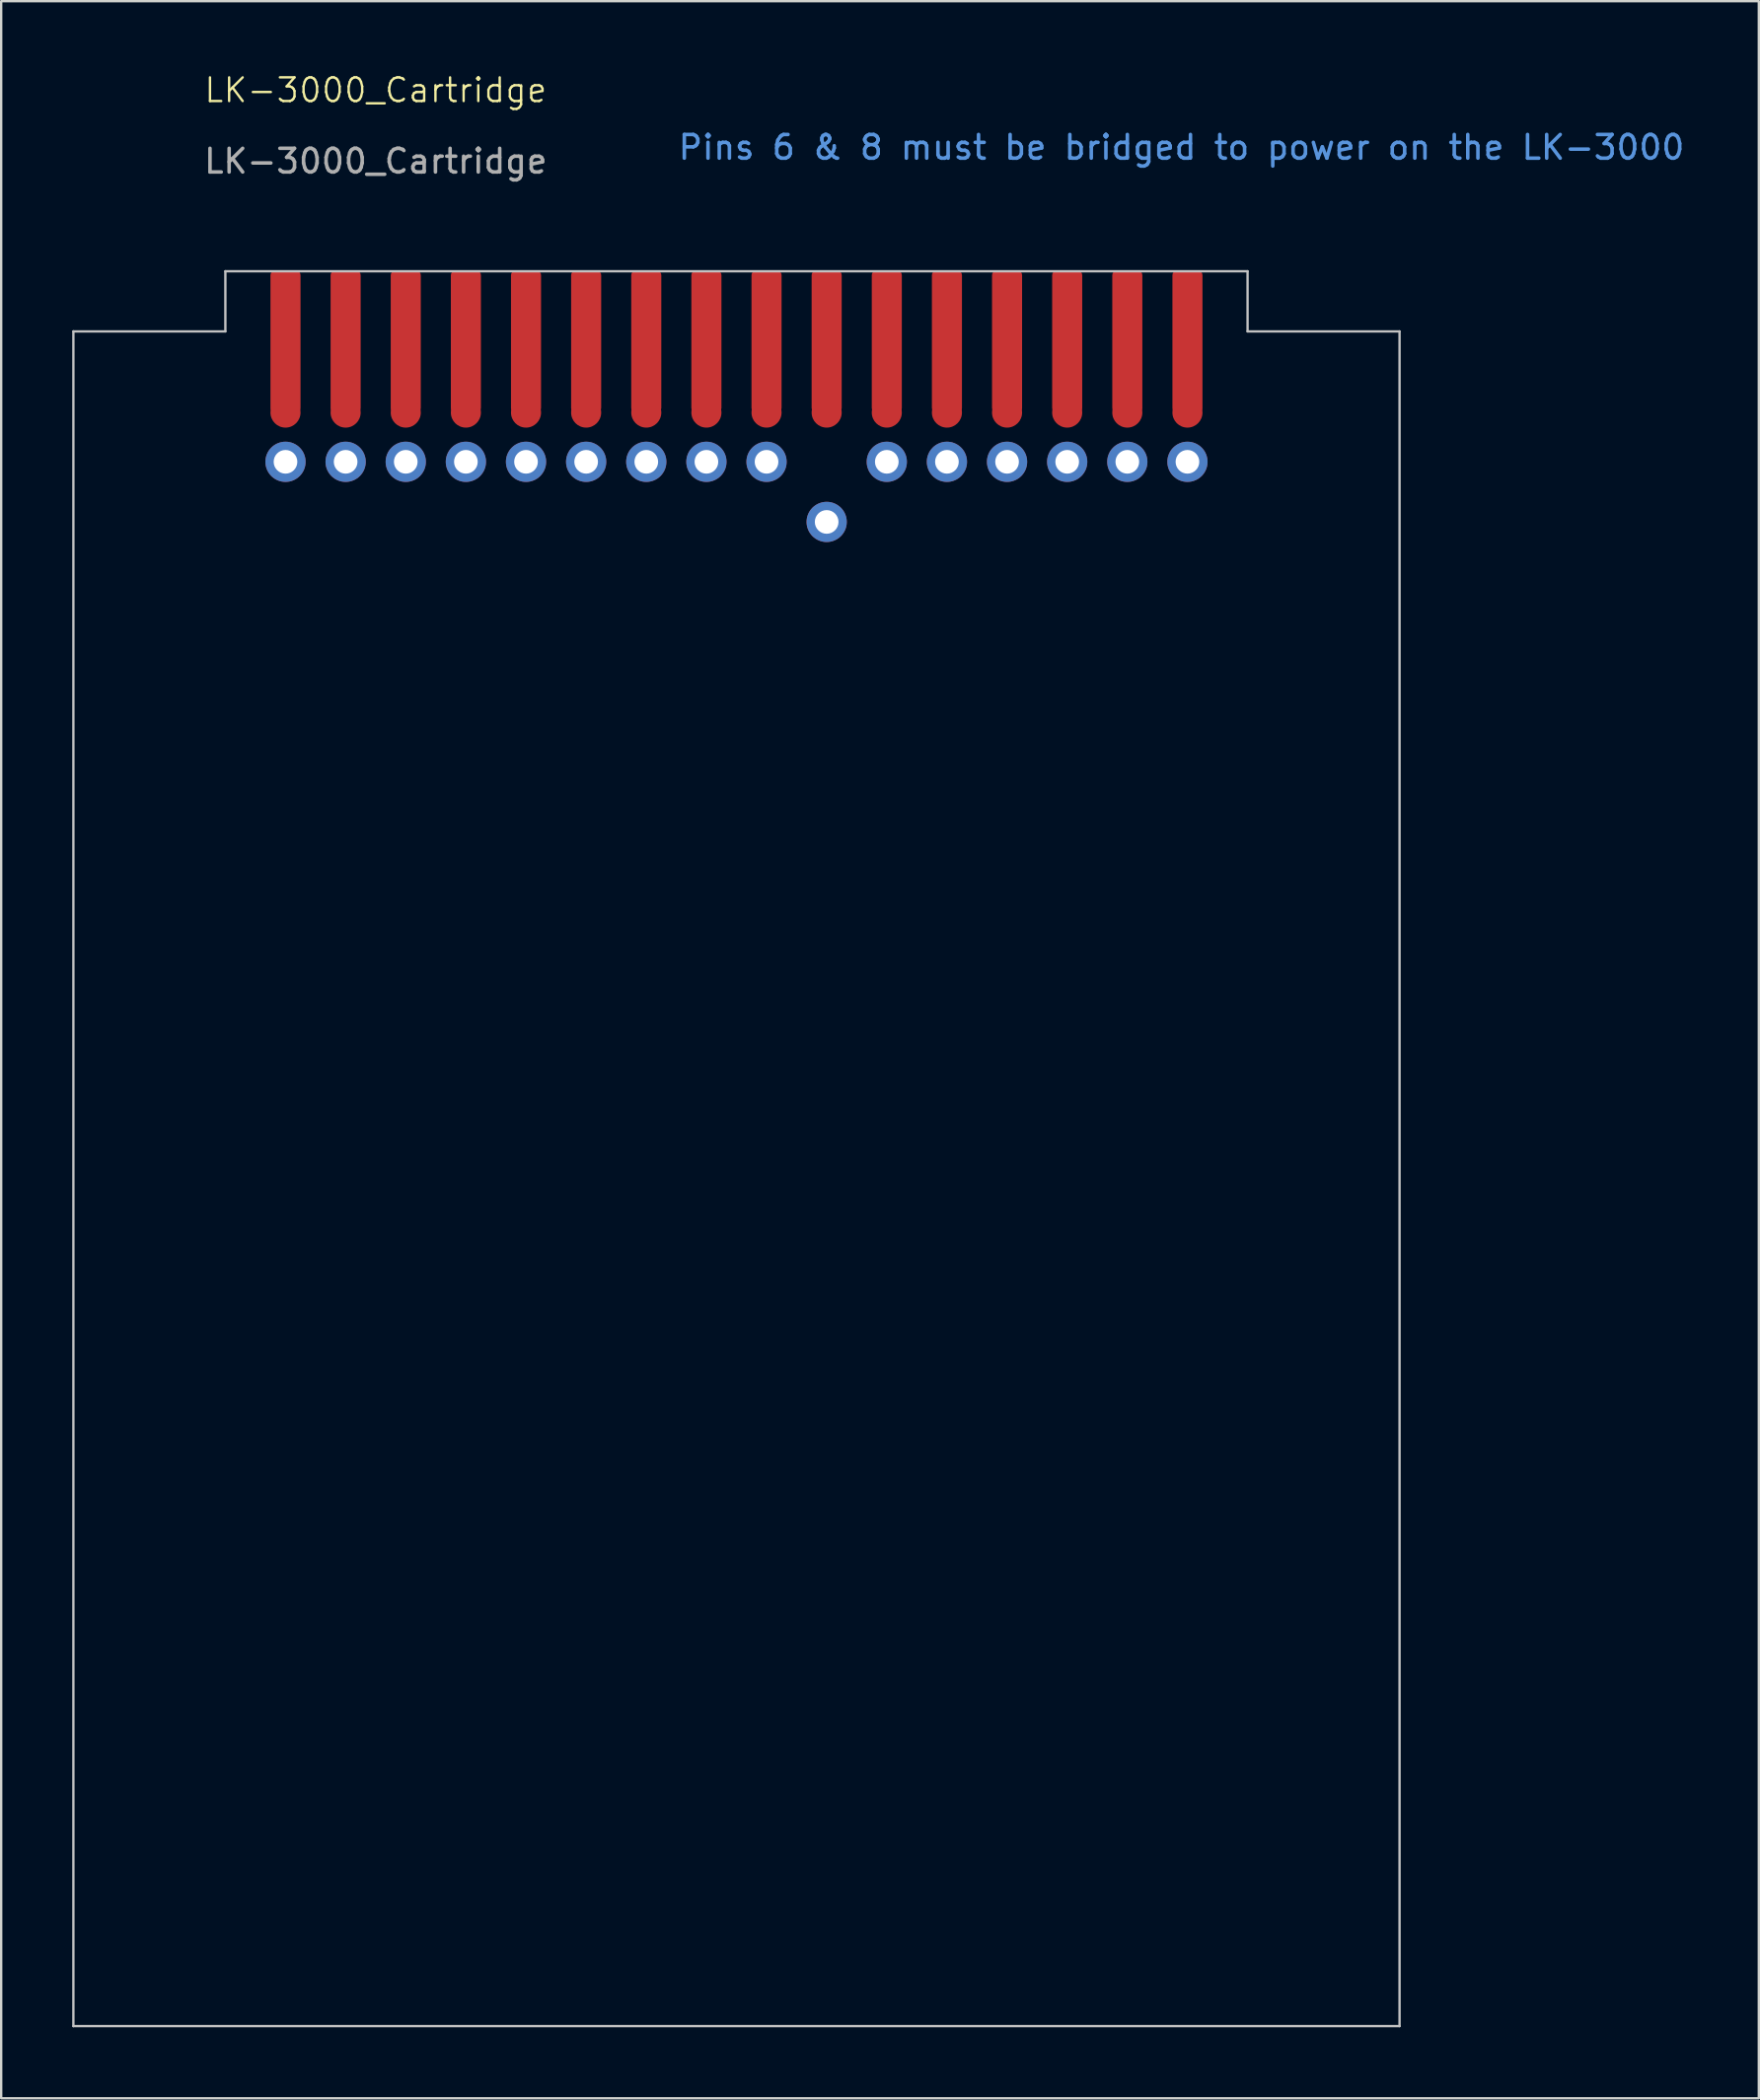
<source format=kicad_pcb>
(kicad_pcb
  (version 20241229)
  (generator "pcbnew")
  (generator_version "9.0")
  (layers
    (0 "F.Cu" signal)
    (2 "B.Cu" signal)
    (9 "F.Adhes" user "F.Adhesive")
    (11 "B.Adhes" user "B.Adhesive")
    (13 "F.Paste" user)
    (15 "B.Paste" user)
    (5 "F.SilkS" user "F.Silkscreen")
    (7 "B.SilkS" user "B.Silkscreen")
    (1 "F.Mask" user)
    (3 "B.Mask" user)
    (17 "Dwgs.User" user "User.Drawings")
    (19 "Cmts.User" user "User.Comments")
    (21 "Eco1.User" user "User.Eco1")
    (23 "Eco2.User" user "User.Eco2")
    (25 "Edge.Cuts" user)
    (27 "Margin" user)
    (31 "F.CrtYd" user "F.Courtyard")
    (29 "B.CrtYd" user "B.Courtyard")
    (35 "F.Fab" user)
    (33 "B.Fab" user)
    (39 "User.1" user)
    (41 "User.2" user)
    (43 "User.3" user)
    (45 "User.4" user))
  (footprint "LK-3000_Cartridge"
    (layer "F.Cu")
    (at 25.52 8.841)
    (property "Reference" "LK-3000_Cartridge" (at -12.7 -8.08 0) (unlocked yes) (layer "F.SilkS") (effects (font (size 1 1) (thickness 0.1))))
    (attr through_hole)
    (fp_line (start -25.47 2.11) (end -25.47 73.71) (stroke (width 0.1) (type solid)) (layer "Dwgs.User"))
    (fp_line (start -25.47 73.71) (end 30.55 73.71) (stroke (width 0.1) (type default)) (layer "Dwgs.User"))
    (fp_line (start -19.05 -0.43) (end -19.05 2.11) (stroke (width 0.1) (type solid)) (layer "Dwgs.User"))
    (fp_line (start -19.05 -0.43) (end 24.13 -0.43) (stroke (width 0.1) (type solid)) (layer "Dwgs.User"))
    (fp_line (start -19.05 2.11) (end -25.47 2.11) (stroke (width 0.1) (type solid)) (layer "Dwgs.User"))
    (fp_line (start 24.13 -0.43) (end 24.13 2.11) (stroke (width 0.1) (type solid)) (layer "Dwgs.User"))
    (fp_line (start 24.13 2.11) (end 30.55 2.11) (stroke (width 0.1) (type solid)) (layer "Dwgs.User"))
    (fp_line (start 30.55 2.11) (end 30.55 73.71) (stroke (width 0.1) (type solid)) (layer "Dwgs.User"))
    (fp_text user "Pins 6 & 8 must be bridged to power on the LK-3000" (at 0 -5.08 0) (unlocked yes) (layer "Cmts.User") (effects (font (size 1 1) (thickness 0.15)) (justify left bottom)))
    (fp_text user "${REFERENCE}" (at -12.7 -5.08 0) (unlocked yes) (layer "F.Fab") (effects (font (size 1 1) (thickness 0.15))))
    (pad "1" connect roundrect (at 21.59 2.54 270) (size 6 1.27) (layers "F.Cu" "F.Mask") (roundrect_rratio 0.15))
    (pad "1" smd circle (at 21.59 5.54 270) (size 1.27 1.27) (layers "F.Cu" "F.Mask" "F.Paste"))
    (pad "1" thru_hole circle (at 21.59 7.62 270) (size 1.7 1.7) (drill 1) (layers "*.Cu" "*.Mask"))
    (pad "2" connect roundrect (at 19.05 2.54 270) (size 6 1.27) (layers "F.Cu" "F.Mask") (roundrect_rratio 0.15))
    (pad "2" smd circle (at 19.05 5.54 270) (size 1.27 1.27) (layers "F.Cu" "F.Mask" "F.Paste"))
    (pad "2" thru_hole circle (at 19.05 7.62 270) (size 1.7 1.7) (drill 1) (layers "*.Cu" "*.Mask"))
    (pad "3" connect roundrect (at 16.51 2.54 270) (size 6 1.27) (layers "F.Cu" "F.Mask") (roundrect_rratio 0.15))
    (pad "3" smd circle (at 16.51 5.54 270) (size 1.27 1.27) (layers "F.Cu" "F.Mask" "F.Paste"))
    (pad "3" thru_hole circle (at 16.51 7.62 270) (size 1.7 1.7) (drill 1) (layers "*.Cu" "*.Mask"))
    (pad "4" connect roundrect (at 13.97 2.54 270) (size 6 1.27) (layers "F.Cu" "F.Mask") (roundrect_rratio 0.15))
    (pad "4" smd circle (at 13.97 5.54 270) (size 1.27 1.27) (layers "F.Cu" "F.Mask" "F.Paste"))
    (pad "4" thru_hole circle (at 13.97 7.62 270) (size 1.7 1.7) (drill 1) (layers "*.Cu" "*.Mask"))
    (pad "5" connect roundrect (at 11.43 2.54 270) (size 6 1.27) (layers "F.Cu" "F.Mask") (roundrect_rratio 0.15))
    (pad "5" smd circle (at 11.43 5.54 270) (size 1.27 1.27) (layers "F.Cu" "F.Mask" "F.Paste"))
    (pad "5" thru_hole circle (at 11.43 7.62 270) (size 1.7 1.7) (drill 1) (layers "*.Cu" "*.Mask"))
    (pad "6" connect roundrect (at 8.89 2.54 270) (size 6 1.27) (layers "F.Cu" "F.Mask") (roundrect_rratio 0.15))
    (pad "6" smd circle (at 8.89 5.54 270) (size 1.27 1.27) (layers "F.Cu" "F.Mask" "F.Paste"))
    (pad "6" thru_hole circle (at 8.89 7.62 270) (size 1.7 1.7) (drill 1) (layers "*.Cu" "*.Mask"))
    (pad "7" connect roundrect (at 6.35 2.54 270) (size 6 1.27) (layers "F.Cu" "F.Mask") (roundrect_rratio 0.15))
    (pad "7" smd circle (at 6.35 5.54 270) (size 1.27 1.27) (layers "F.Cu" "F.Mask" "F.Paste"))
    (pad "7" thru_hole circle (at 6.35 10.16 270) (size 1.7 1.7) (drill 1) (layers "*.Cu" "*.Mask"))
    (pad "8" connect roundrect (at 3.81 2.54 270) (size 6 1.27) (layers "F.Cu" "F.Mask") (roundrect_rratio 0.15))
    (pad "8" smd circle (at 3.81 5.54 270) (size 1.27 1.27) (layers "F.Cu" "F.Mask" "F.Paste"))
    (pad "8" thru_hole circle (at 3.81 7.62 270) (size 1.7 1.7) (drill 1) (layers "*.Cu" "*.Mask"))
    (pad "9" connect roundrect (at 1.27 2.54 270) (size 6 1.27) (layers "F.Cu" "F.Mask") (roundrect_rratio 0.15))
    (pad "9" smd circle (at 1.27 5.54 270) (size 1.27 1.27) (layers "F.Cu" "F.Mask" "F.Paste"))
    (pad "9" thru_hole circle (at 1.27 7.62 270) (size 1.7 1.7) (drill 1) (layers "*.Cu" "*.Mask"))
    (pad "10" connect roundrect (at -1.27 2.54 270) (size 6 1.27) (layers "F.Cu" "F.Mask") (roundrect_rratio 0.15))
    (pad "10" smd circle (at -1.27 5.54 270) (size 1.27 1.27) (layers "F.Cu" "F.Mask" "F.Paste"))
    (pad "10" thru_hole circle (at -1.27 7.62 270) (size 1.7 1.7) (drill 1) (layers "*.Cu" "*.Mask"))
    (pad "11" connect roundrect (at -3.81 2.54 270) (size 6 1.27) (layers "F.Cu" "F.Mask") (roundrect_rratio 0.15))
    (pad "11" smd circle (at -3.81 5.54 270) (size 1.27 1.27) (layers "F.Cu" "F.Mask" "F.Paste"))
    (pad "11" thru_hole circle (at -3.81 7.62 270) (size 1.7 1.7) (drill 1) (layers "*.Cu" "*.Mask"))
    (pad "12" connect roundrect (at -6.35 2.54 270) (size 6 1.27) (layers "F.Cu" "F.Mask") (roundrect_rratio 0.15))
    (pad "12" smd circle (at -6.35 5.54 270) (size 1.27 1.27) (layers "F.Cu" "F.Mask" "F.Paste"))
    (pad "12" thru_hole circle (at -6.35 7.62 270) (size 1.7 1.7) (drill 1) (layers "*.Cu" "*.Mask"))
    (pad "13" connect roundrect (at -8.89 2.54 270) (size 6 1.27) (layers "F.Cu" "F.Mask") (roundrect_rratio 0.15))
    (pad "13" smd circle (at -8.89 5.54 270) (size 1.27 1.27) (layers "F.Cu" "F.Mask" "F.Paste"))
    (pad "13" thru_hole circle (at -8.89 7.62 270) (size 1.7 1.7) (drill 1) (layers "*.Cu" "*.Mask"))
    (pad "14" connect roundrect (at -11.43 2.54 270) (size 6 1.27) (layers "F.Cu" "F.Mask") (roundrect_rratio 0.15))
    (pad "14" smd circle (at -11.43 5.54 270) (size 1.27 1.27) (layers "F.Cu" "F.Mask" "F.Paste"))
    (pad "14" thru_hole circle (at -11.43 7.62 270) (size 1.7 1.7) (drill 1) (layers "*.Cu" "*.Mask"))
    (pad "15" connect roundrect (at -13.97 2.54 270) (size 6 1.27) (layers "F.Cu" "F.Mask") (roundrect_rratio 0.15))
    (pad "15" smd circle (at -13.97 5.54 270) (size 1.27 1.27) (layers "F.Cu" "F.Mask" "F.Paste"))
    (pad "15" thru_hole circle (at -13.97 7.62 270) (size 1.7 1.7) (drill 1) (layers "*.Cu" "*.Mask"))
    (pad "16" connect roundrect (at -16.51 2.54 270) (size 6 1.27) (layers "F.Cu" "F.Mask") (roundrect_rratio 0.15))
    (pad "16" smd circle (at -16.51 5.54 270) (size 1.27 1.27) (layers "F.Cu" "F.Mask" "F.Paste"))
    (pad "16" thru_hole circle (at -16.51 7.62 270) (size 1.7 1.7) (drill 1) (layers "*.Cu" "*.Mask")))
  (gr_rect
    (start -3 -3)
    (end 71.246 85.6)
    (stroke (width 0.1) (type default))
    (fill no)
    (layer "Edge.Cuts")))
</source>
